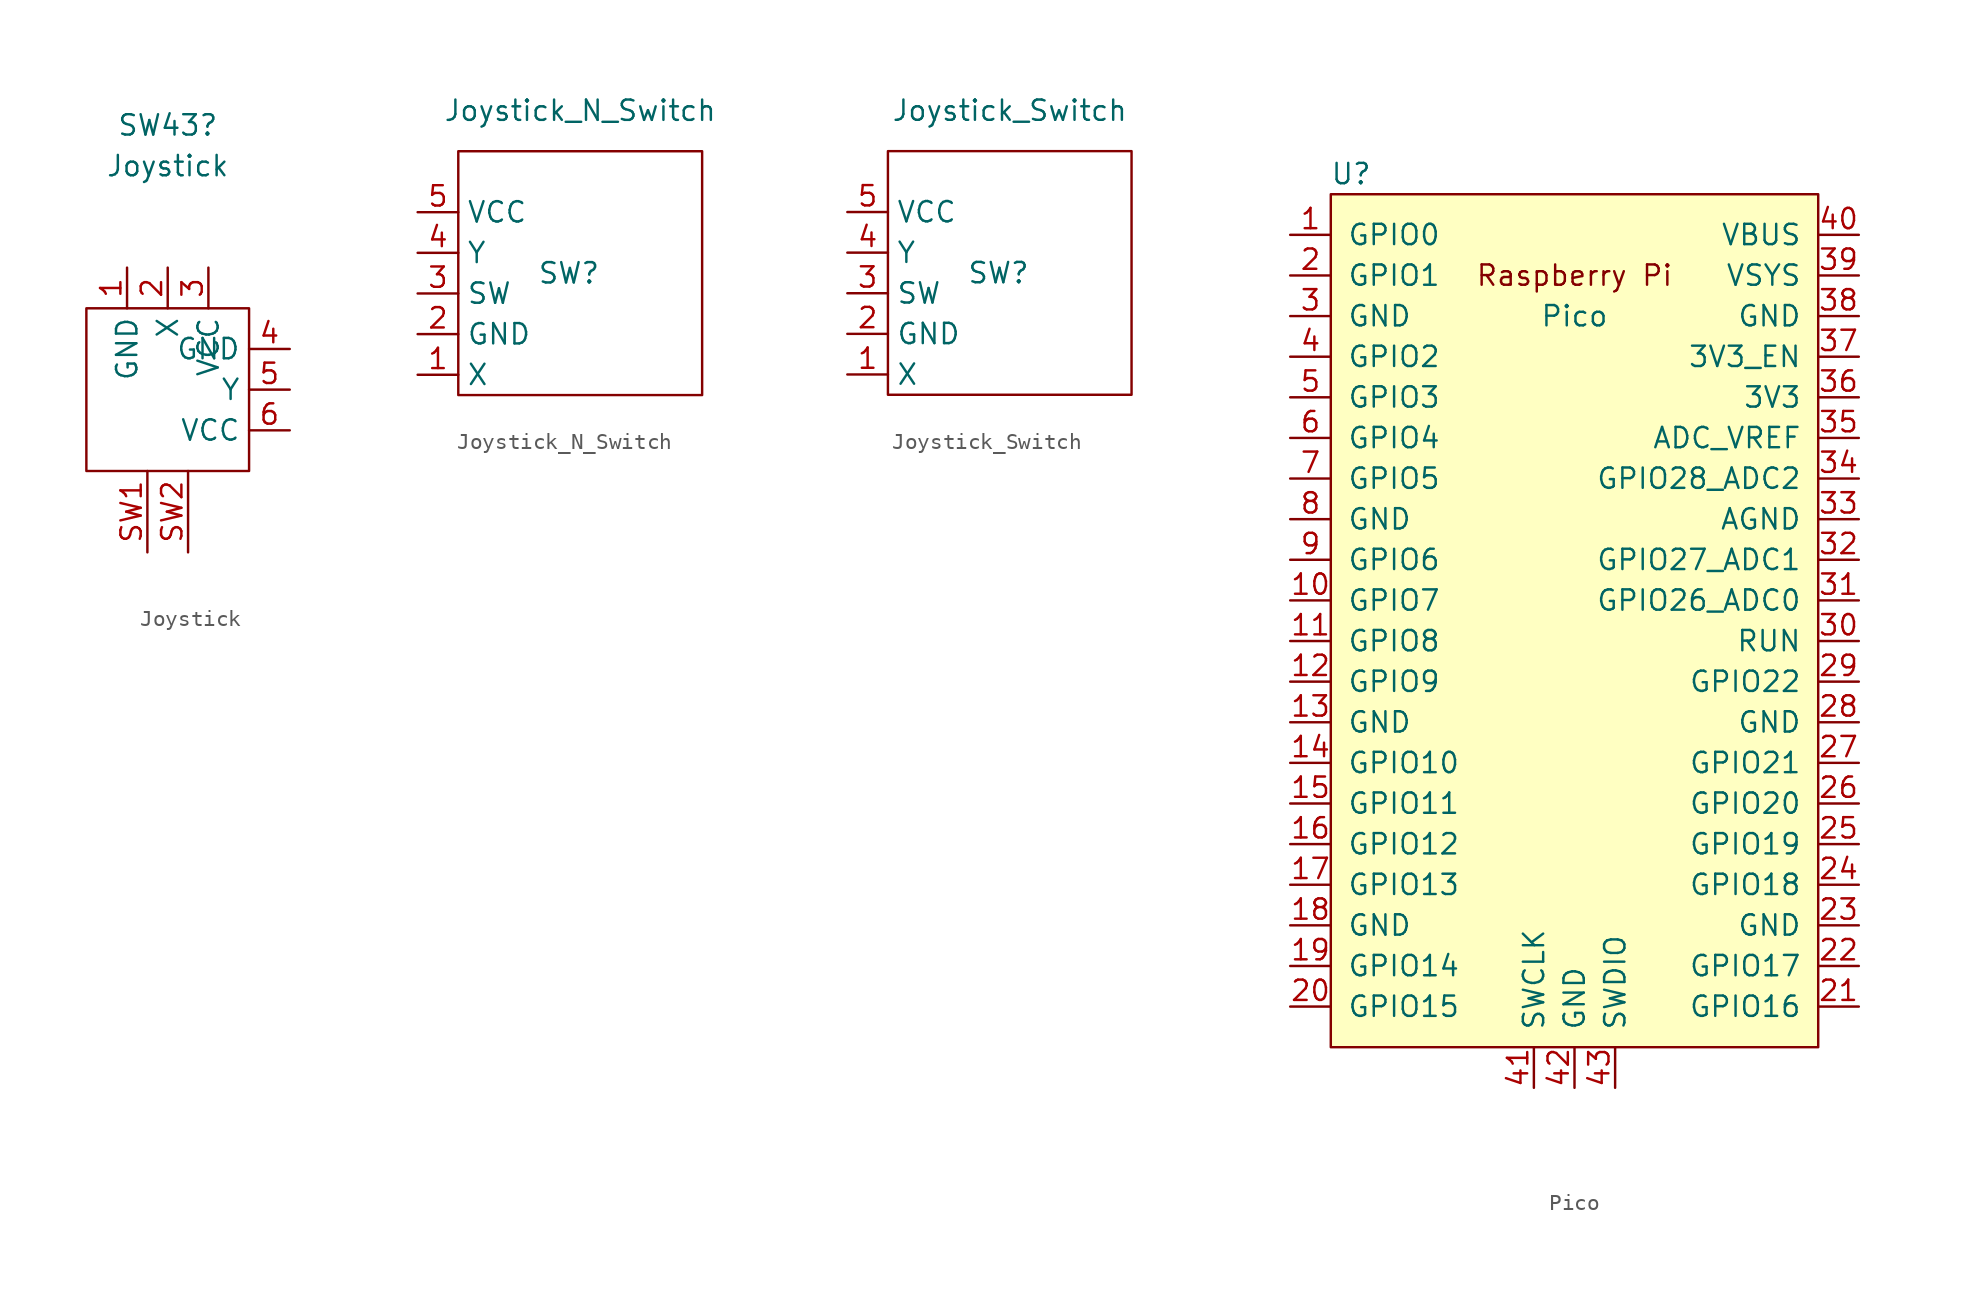
<source format=kicad_sym>
(kicad_symbol_lib
  (version 20201005)
  (generator kicad_symbol_editor)
  (symbol "#library:Joystick"
    (property "Reference" "SW43"
      (at 0 16.51 0)
      (effects (font (size 1.27 1.27))))
    (property "Value" "Joystick"
      (at 0 13.97 0)
      (effects (font (size 1.27 1.27))))
    (symbol "Joystick_0_1"
      (rectangle (start -5.08 5.08) (end 5.08 -5.08) (stroke (width 0.152)) (fill (type none))))
    (symbol "Joystick_1_1"
      (pin passive line (at -2.54 7.62 270) (length 2.54) (name "GND" (effects (font (size 1.27 1.27)))) (number "1" (effects (font (size 1.27 1.27)))))
      (pin passive line (at 0 7.62 270) (length 2.54) (name "X" (effects (font (size 1.27 1.27)))) (number "2" (effects (font (size 1.27 1.27)))))
      (pin passive line (at 2.54 7.62 270) (length 2.54) (name "VCC" (effects (font (size 1.27 1.27)))) (number "3" (effects (font (size 1.27 1.27)))))
      (pin passive line (at 7.62 2.54 180) (length 2.54) (name "GND" (effects (font (size 1.27 1.27)))) (number "4" (effects (font (size 1.27 1.27)))))
      (pin passive line (at 7.62 0 180) (length 2.54) (name "Y" (effects (font (size 1.27 1.27)))) (number "5" (effects (font (size 1.27 1.27)))))
      (pin passive line (at 7.62 -2.54 180) (length 2.54) (name "VCC" (effects (font (size 1.27 1.27)))) (number "6" (effects (font (size 1.27 1.27)))))
      (pin passive line (at -1.27 -10.16 90) (length 5.08) (name "" (effects (font (size 1.27 1.27)))) (number "SW1" (effects (font (size 1.27 1.27)))))
      (pin passive line (at 1.27 -10.16 90) (length 5.08) (name "" (effects (font (size 1.27 1.27)))) (number "SW2" (effects (font (size 1.27 1.27)))))))
  (symbol "#library:Joystick_N_Switch"
    (property "Reference" "SW"
      (at 1.27 0 0)
      (effects (font (size 1.27 1.27)) (justify right)))
    (property "Value" "Joystick_N_Switch"
      (at 0 10.16 0)
      (effects (font (size 1.27 1.27))))
    (symbol "Joystick_N_Switch_0_1"
      (rectangle (start -7.62 7.62) (end 7.62 -7.62) (stroke (width 0.152)) (fill (type none))))
    (symbol "Joystick_N_Switch_1_1"
      (pin passive line (at -10.16 -6.35 0) (length 2.54) (name "X" (effects (font (size 1.27 1.27)))) (number "1" (effects (font (size 1.27 1.27)))))
      (pin passive line (at -10.16 -3.81 0) (length 2.54) (name "GND" (effects (font (size 1.27 1.27)))) (number "2" (effects (font (size 1.27 1.27)))))
      (pin passive line (at -10.16 -1.27 0) (length 2.54) (name "SW" (effects (font (size 1.27 1.27)))) (number "3" (effects (font (size 1.27 1.27)))))
      (pin passive line (at -10.16 1.27 0) (length 2.54) (name "Y" (effects (font (size 1.27 1.27)))) (number "4" (effects (font (size 1.27 1.27)))))
      (pin passive line (at -10.16 3.81 0) (length 2.54) (name "VCC" (effects (font (size 1.27 1.27)))) (number "5" (effects (font (size 1.27 1.27)))))))
  (symbol "#library:Joystick_Switch"
    (property "Reference" "SW"
      (at 1.27 0 0)
      (effects (font (size 1.27 1.27)) (justify right)))
    (property "Value" "Joystick_Switch"
      (at 0 10.16 0)
      (effects (font (size 1.27 1.27))))
    (symbol "Joystick_Switch_0_1"
      (rectangle (start -7.62 7.62) (end 7.62 -7.62) (stroke (width 0.152)) (fill (type none))))
    (symbol "Joystick_Switch_1_1"
      (pin passive line (at -10.16 -6.35 0) (length 2.54) (name "X" (effects (font (size 1.27 1.27)))) (number "1" (effects (font (size 1.27 1.27)))))
      (pin passive line (at -10.16 -3.81 0) (length 2.54) (name "GND" (effects (font (size 1.27 1.27)))) (number "2" (effects (font (size 1.27 1.27)))))
      (pin passive line (at -10.16 -1.27 0) (length 2.54) (name "SW" (effects (font (size 1.27 1.27)))) (number "3" (effects (font (size 1.27 1.27)))))
      (pin passive line (at -10.16 1.27 0) (length 2.54) (name "Y" (effects (font (size 1.27 1.27)))) (number "4" (effects (font (size 1.27 1.27)))))
      (pin passive line (at -10.16 3.81 0) (length 2.54) (name "VCC" (effects (font (size 1.27 1.27)))) (number "5" (effects (font (size 1.27 1.27)))))))
  (symbol "#library:Pico"
    (pin_names
      (offset 1.016))
    (property "Reference" "U"
      (at -13.97 27.94 0)
      (effects (font (size 1.27 1.27))))
    (property "Value" "Pico"
      (at 0 19.05 0)
      (effects (font (size 1.27 1.27))))
    (symbol "Pico_0_0"
      (text "Raspberry Pi" (at 0 21.59 0) (effects (font (size 1.27 1.27)))))
    (symbol "Pico_0_1"
      (rectangle (start -15.24 26.67) (end 15.24 -26.67) (stroke (width 0)) (fill (type background))))
    (symbol "Pico_1_1"
      (pin bidirectional line (at -17.78 24.13 0) (length 2.54) (name "GPIO0" (effects (font (size 1.27 1.27)))) (number "1" (effects (font (size 1.27 1.27)))))
      (pin bidirectional line (at -17.78 1.27 0) (length 2.54) (name "GPIO7" (effects (font (size 1.27 1.27)))) (number "10" (effects (font (size 1.27 1.27)))))
      (pin bidirectional line (at -17.78 -1.27 0) (length 2.54) (name "GPIO8" (effects (font (size 1.27 1.27)))) (number "11" (effects (font (size 1.27 1.27)))))
      (pin bidirectional line (at -17.78 -3.81 0) (length 2.54) (name "GPIO9" (effects (font (size 1.27 1.27)))) (number "12" (effects (font (size 1.27 1.27)))))
      (pin power_in line (at -17.78 -6.35 0) (length 2.54) (name "GND" (effects (font (size 1.27 1.27)))) (number "13" (effects (font (size 1.27 1.27)))))
      (pin bidirectional line (at -17.78 -8.89 0) (length 2.54) (name "GPIO10" (effects (font (size 1.27 1.27)))) (number "14" (effects (font (size 1.27 1.27)))))
      (pin bidirectional line (at -17.78 -11.43 0) (length 2.54) (name "GPIO11" (effects (font (size 1.27 1.27)))) (number "15" (effects (font (size 1.27 1.27)))))
      (pin bidirectional line (at -17.78 -13.97 0) (length 2.54) (name "GPIO12" (effects (font (size 1.27 1.27)))) (number "16" (effects (font (size 1.27 1.27)))))
      (pin bidirectional line (at -17.78 -16.51 0) (length 2.54) (name "GPIO13" (effects (font (size 1.27 1.27)))) (number "17" (effects (font (size 1.27 1.27)))))
      (pin power_in line (at -17.78 -19.05 0) (length 2.54) (name "GND" (effects (font (size 1.27 1.27)))) (number "18" (effects (font (size 1.27 1.27)))))
      (pin bidirectional line (at -17.78 -21.59 0) (length 2.54) (name "GPIO14" (effects (font (size 1.27 1.27)))) (number "19" (effects (font (size 1.27 1.27)))))
      (pin bidirectional line (at -17.78 21.59 0) (length 2.54) (name "GPIO1" (effects (font (size 1.27 1.27)))) (number "2" (effects (font (size 1.27 1.27)))))
      (pin bidirectional line (at -17.78 -24.13 0) (length 2.54) (name "GPIO15" (effects (font (size 1.27 1.27)))) (number "20" (effects (font (size 1.27 1.27)))))
      (pin bidirectional line (at 17.78 -24.13 180) (length 2.54) (name "GPIO16" (effects (font (size 1.27 1.27)))) (number "21" (effects (font (size 1.27 1.27)))))
      (pin bidirectional line (at 17.78 -21.59 180) (length 2.54) (name "GPIO17" (effects (font (size 1.27 1.27)))) (number "22" (effects (font (size 1.27 1.27)))))
      (pin power_in line (at 17.78 -19.05 180) (length 2.54) (name "GND" (effects (font (size 1.27 1.27)))) (number "23" (effects (font (size 1.27 1.27)))))
      (pin bidirectional line (at 17.78 -16.51 180) (length 2.54) (name "GPIO18" (effects (font (size 1.27 1.27)))) (number "24" (effects (font (size 1.27 1.27)))))
      (pin bidirectional line (at 17.78 -13.97 180) (length 2.54) (name "GPIO19" (effects (font (size 1.27 1.27)))) (number "25" (effects (font (size 1.27 1.27)))))
      (pin bidirectional line (at 17.78 -11.43 180) (length 2.54) (name "GPIO20" (effects (font (size 1.27 1.27)))) (number "26" (effects (font (size 1.27 1.27)))))
      (pin bidirectional line (at 17.78 -8.89 180) (length 2.54) (name "GPIO21" (effects (font (size 1.27 1.27)))) (number "27" (effects (font (size 1.27 1.27)))))
      (pin power_in line (at 17.78 -6.35 180) (length 2.54) (name "GND" (effects (font (size 1.27 1.27)))) (number "28" (effects (font (size 1.27 1.27)))))
      (pin bidirectional line (at 17.78 -3.81 180) (length 2.54) (name "GPIO22" (effects (font (size 1.27 1.27)))) (number "29" (effects (font (size 1.27 1.27)))))
      (pin power_in line (at -17.78 19.05 0) (length 2.54) (name "GND" (effects (font (size 1.27 1.27)))) (number "3" (effects (font (size 1.27 1.27)))))
      (pin input line (at 17.78 -1.27 180) (length 2.54) (name "RUN" (effects (font (size 1.27 1.27)))) (number "30" (effects (font (size 1.27 1.27)))))
      (pin bidirectional line (at 17.78 1.27 180) (length 2.54) (name "GPIO26_ADC0" (effects (font (size 1.27 1.27)))) (number "31" (effects (font (size 1.27 1.27)))))
      (pin bidirectional line (at 17.78 3.81 180) (length 2.54) (name "GPIO27_ADC1" (effects (font (size 1.27 1.27)))) (number "32" (effects (font (size 1.27 1.27)))))
      (pin power_in line (at 17.78 6.35 180) (length 2.54) (name "AGND" (effects (font (size 1.27 1.27)))) (number "33" (effects (font (size 1.27 1.27)))))
      (pin bidirectional line (at 17.78 8.89 180) (length 2.54) (name "GPIO28_ADC2" (effects (font (size 1.27 1.27)))) (number "34" (effects (font (size 1.27 1.27)))))
      (pin unspecified line (at 17.78 11.43 180) (length 2.54) (name "ADC_VREF" (effects (font (size 1.27 1.27)))) (number "35" (effects (font (size 1.27 1.27)))))
      (pin power_in line (at 17.78 13.97 180) (length 2.54) (name "3V3" (effects (font (size 1.27 1.27)))) (number "36" (effects (font (size 1.27 1.27)))))
      (pin input line (at 17.78 16.51 180) (length 2.54) (name "3V3_EN" (effects (font (size 1.27 1.27)))) (number "37" (effects (font (size 1.27 1.27)))))
      (pin power_in line (at 17.78 19.05 180) (length 2.54) (name "GND" (effects (font (size 1.27 1.27)))) (number "38" (effects (font (size 1.27 1.27)))))
      (pin unspecified line (at 17.78 21.59 180) (length 2.54) (name "VSYS" (effects (font (size 1.27 1.27)))) (number "39" (effects (font (size 1.27 1.27)))))
      (pin bidirectional line (at -17.78 16.51 0) (length 2.54) (name "GPIO2" (effects (font (size 1.27 1.27)))) (number "4" (effects (font (size 1.27 1.27)))))
      (pin unspecified line (at 17.78 24.13 180) (length 2.54) (name "VBUS" (effects (font (size 1.27 1.27)))) (number "40" (effects (font (size 1.27 1.27)))))
      (pin input line (at -2.54 -29.21 90) (length 2.54) (name "SWCLK" (effects (font (size 1.27 1.27)))) (number "41" (effects (font (size 1.27 1.27)))))
      (pin power_in line (at 0 -29.21 90) (length 2.54) (name "GND" (effects (font (size 1.27 1.27)))) (number "42" (effects (font (size 1.27 1.27)))))
      (pin bidirectional line (at 2.54 -29.21 90) (length 2.54) (name "SWDIO" (effects (font (size 1.27 1.27)))) (number "43" (effects (font (size 1.27 1.27)))))
      (pin bidirectional line (at -17.78 13.97 0) (length 2.54) (name "GPIO3" (effects (font (size 1.27 1.27)))) (number "5" (effects (font (size 1.27 1.27)))))
      (pin bidirectional line (at -17.78 11.43 0) (length 2.54) (name "GPIO4" (effects (font (size 1.27 1.27)))) (number "6" (effects (font (size 1.27 1.27)))))
      (pin bidirectional line (at -17.78 8.89 0) (length 2.54) (name "GPIO5" (effects (font (size 1.27 1.27)))) (number "7" (effects (font (size 1.27 1.27)))))
      (pin power_in line (at -17.78 6.35 0) (length 2.54) (name "GND" (effects (font (size 1.27 1.27)))) (number "8" (effects (font (size 1.27 1.27)))))
      (pin bidirectional line (at -17.78 3.81 0) (length 2.54) (name "GPIO6" (effects (font (size 1.27 1.27)))) (number "9" (effects (font (size 1.27 1.27))))))))
</source>
